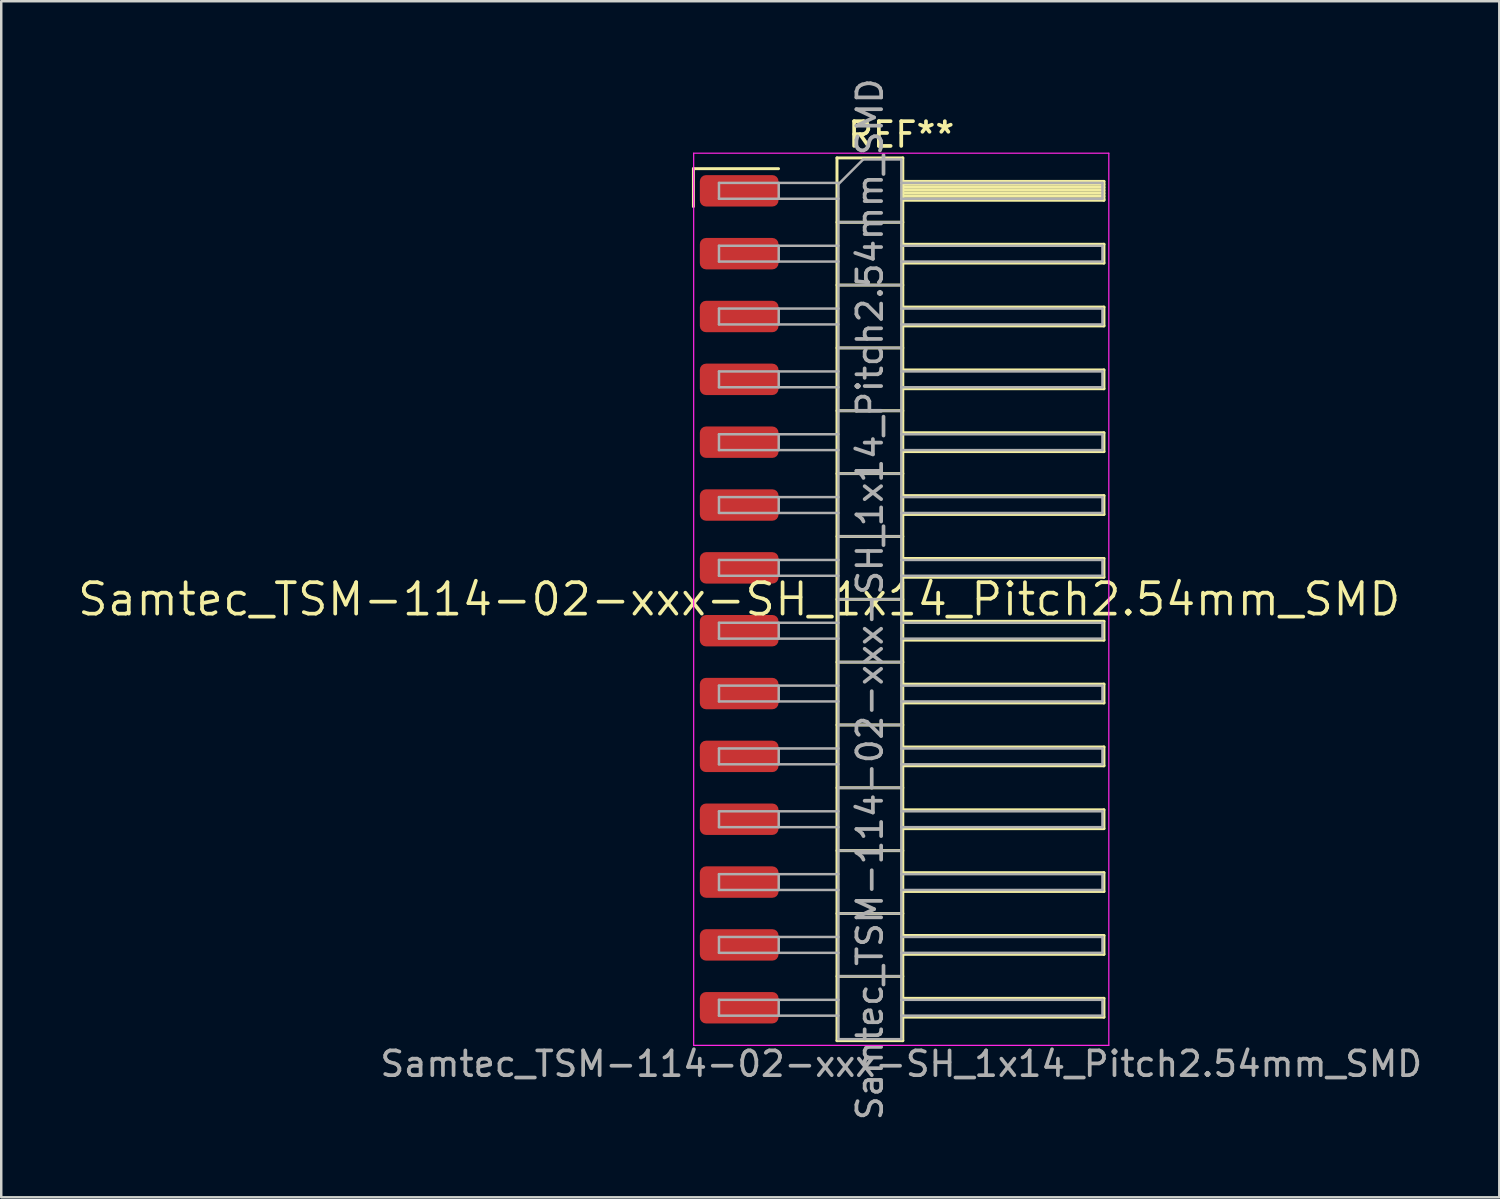
<source format=kicad_pcb>
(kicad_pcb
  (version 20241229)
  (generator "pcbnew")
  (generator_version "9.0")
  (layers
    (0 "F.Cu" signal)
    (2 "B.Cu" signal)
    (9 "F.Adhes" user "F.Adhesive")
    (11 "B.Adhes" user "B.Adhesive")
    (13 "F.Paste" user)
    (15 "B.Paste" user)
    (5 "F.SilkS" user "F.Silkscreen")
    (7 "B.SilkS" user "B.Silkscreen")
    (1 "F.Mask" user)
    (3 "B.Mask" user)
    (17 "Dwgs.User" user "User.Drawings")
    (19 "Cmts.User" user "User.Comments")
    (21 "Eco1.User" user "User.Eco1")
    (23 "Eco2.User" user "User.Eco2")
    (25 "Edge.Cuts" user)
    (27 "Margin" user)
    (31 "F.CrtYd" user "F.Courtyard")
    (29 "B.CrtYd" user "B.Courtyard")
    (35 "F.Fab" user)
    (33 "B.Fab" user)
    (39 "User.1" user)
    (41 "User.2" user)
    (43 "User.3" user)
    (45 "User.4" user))
  (footprint "Samtec_TSM-114-02-xxx-SH_1x14_Pitch2.54mm_SMD"
    (layer "F.Cu")
    (at 26.828 21.173)
    (property "Reference" "Samtec_TSM-114-02-xxx-SH_1x14_Pitch2.54mm_SMD" (at 0 0 0) (layer "F.SilkS") (effects (font (size 1.27 1.27) (thickness 0.15))))
    (attr smd)
    (fp_line (start -1.85 -17.405) (end 1.59 -17.405) (stroke (width 0.12) (type solid)) (layer "F.SilkS"))
    (fp_line (start -1.85 -15.875) (end -1.85 -17.405) (stroke (width 0.12) (type solid)) (layer "F.SilkS"))
    (fp_line (start 3.953 -17.84) (end 6.613 -17.84) (stroke (width 0.12) (type solid)) (layer "F.SilkS"))
    (fp_line (start 3.953 -15.24) (end 6.613 -15.24) (stroke (width 0.12) (type solid)) (layer "F.SilkS"))
    (fp_line (start 3.953 -12.7) (end 6.613 -12.7) (stroke (width 0.12) (type solid)) (layer "F.SilkS"))
    (fp_line (start 3.953 -10.16) (end 6.613 -10.16) (stroke (width 0.12) (type solid)) (layer "F.SilkS"))
    (fp_line (start 3.953 -7.62) (end 6.613 -7.62) (stroke (width 0.12) (type solid)) (layer "F.SilkS"))
    (fp_line (start 3.953 -5.08) (end 6.613 -5.08) (stroke (width 0.12) (type solid)) (layer "F.SilkS"))
    (fp_line (start 3.953 -2.54) (end 6.613 -2.54) (stroke (width 0.12) (type solid)) (layer "F.SilkS"))
    (fp_line (start 3.953 0) (end 6.613 0) (stroke (width 0.12) (type solid)) (layer "F.SilkS"))
    (fp_line (start 3.953 2.54) (end 6.613 2.54) (stroke (width 0.12) (type solid)) (layer "F.SilkS"))
    (fp_line (start 3.953 5.08) (end 6.613 5.08) (stroke (width 0.12) (type solid)) (layer "F.SilkS"))
    (fp_line (start 3.953 7.62) (end 6.613 7.62) (stroke (width 0.12) (type solid)) (layer "F.SilkS"))
    (fp_line (start 3.953 10.16) (end 6.613 10.16) (stroke (width 0.12) (type solid)) (layer "F.SilkS"))
    (fp_line (start 3.953 12.7) (end 6.613 12.7) (stroke (width 0.12) (type solid)) (layer "F.SilkS"))
    (fp_line (start 3.953 15.24) (end 6.613 15.24) (stroke (width 0.12) (type solid)) (layer "F.SilkS"))
    (fp_line (start 3.953 17.84) (end 3.953 -17.84) (stroke (width 0.12) (type solid)) (layer "F.SilkS"))
    (fp_line (start 6.613 -17.84) (end 6.613 17.84) (stroke (width 0.12) (type solid)) (layer "F.SilkS"))
    (fp_line (start 6.613 -16.89) (end 14.743 -16.89) (stroke (width 0.12) (type solid)) (layer "F.SilkS"))
    (fp_line (start 6.613 -16.77) (end 14.743 -16.77) (stroke (width 0.12) (type solid)) (layer "F.SilkS"))
    (fp_line (start 6.613 -16.65) (end 14.743 -16.65) (stroke (width 0.12) (type solid)) (layer "F.SilkS"))
    (fp_line (start 6.613 -16.53) (end 14.743 -16.53) (stroke (width 0.12) (type solid)) (layer "F.SilkS"))
    (fp_line (start 6.613 -16.41) (end 14.743 -16.41) (stroke (width 0.12) (type solid)) (layer "F.SilkS"))
    (fp_line (start 6.613 -16.29) (end 14.743 -16.29) (stroke (width 0.12) (type solid)) (layer "F.SilkS"))
    (fp_line (start 6.613 -16.17) (end 14.743 -16.17) (stroke (width 0.12) (type solid)) (layer "F.SilkS"))
    (fp_line (start 6.613 -16.13) (end 14.743 -16.13) (stroke (width 0.12) (type solid)) (layer "F.SilkS"))
    (fp_line (start 6.613 -14.35) (end 14.743 -14.35) (stroke (width 0.12) (type solid)) (layer "F.SilkS"))
    (fp_line (start 6.613 -13.59) (end 14.743 -13.59) (stroke (width 0.12) (type solid)) (layer "F.SilkS"))
    (fp_line (start 6.613 -11.81) (end 14.743 -11.81) (stroke (width 0.12) (type solid)) (layer "F.SilkS"))
    (fp_line (start 6.613 -11.05) (end 14.743 -11.05) (stroke (width 0.12) (type solid)) (layer "F.SilkS"))
    (fp_line (start 6.613 -9.27) (end 14.743 -9.27) (stroke (width 0.12) (type solid)) (layer "F.SilkS"))
    (fp_line (start 6.613 -8.51) (end 14.743 -8.51) (stroke (width 0.12) (type solid)) (layer "F.SilkS"))
    (fp_line (start 6.613 -6.73) (end 14.743 -6.73) (stroke (width 0.12) (type solid)) (layer "F.SilkS"))
    (fp_line (start 6.613 -5.97) (end 14.743 -5.97) (stroke (width 0.12) (type solid)) (layer "F.SilkS"))
    (fp_line (start 6.613 -4.19) (end 14.743 -4.19) (stroke (width 0.12) (type solid)) (layer "F.SilkS"))
    (fp_line (start 6.613 -3.43) (end 14.743 -3.43) (stroke (width 0.12) (type solid)) (layer "F.SilkS"))
    (fp_line (start 6.613 -1.65) (end 14.743 -1.65) (stroke (width 0.12) (type solid)) (layer "F.SilkS"))
    (fp_line (start 6.613 -0.89) (end 14.743 -0.89) (stroke (width 0.12) (type solid)) (layer "F.SilkS"))
    (fp_line (start 6.613 0.89) (end 14.743 0.89) (stroke (width 0.12) (type solid)) (layer "F.SilkS"))
    (fp_line (start 6.613 1.65) (end 14.743 1.65) (stroke (width 0.12) (type solid)) (layer "F.SilkS"))
    (fp_line (start 6.613 3.43) (end 14.743 3.43) (stroke (width 0.12) (type solid)) (layer "F.SilkS"))
    (fp_line (start 6.613 4.19) (end 14.743 4.19) (stroke (width 0.12) (type solid)) (layer "F.SilkS"))
    (fp_line (start 6.613 5.97) (end 14.743 5.97) (stroke (width 0.12) (type solid)) (layer "F.SilkS"))
    (fp_line (start 6.613 6.73) (end 14.743 6.73) (stroke (width 0.12) (type solid)) (layer "F.SilkS"))
    (fp_line (start 6.613 8.51) (end 14.743 8.51) (stroke (width 0.12) (type solid)) (layer "F.SilkS"))
    (fp_line (start 6.613 9.27) (end 14.743 9.27) (stroke (width 0.12) (type solid)) (layer "F.SilkS"))
    (fp_line (start 6.613 11.05) (end 14.743 11.05) (stroke (width 0.12) (type solid)) (layer "F.SilkS"))
    (fp_line (start 6.613 11.81) (end 14.743 11.81) (stroke (width 0.12) (type solid)) (layer "F.SilkS"))
    (fp_line (start 6.613 13.59) (end 14.743 13.59) (stroke (width 0.12) (type solid)) (layer "F.SilkS"))
    (fp_line (start 6.613 14.35) (end 14.743 14.35) (stroke (width 0.12) (type solid)) (layer "F.SilkS"))
    (fp_line (start 6.613 16.13) (end 14.743 16.13) (stroke (width 0.12) (type solid)) (layer "F.SilkS"))
    (fp_line (start 6.613 16.89) (end 14.743 16.89) (stroke (width 0.12) (type solid)) (layer "F.SilkS"))
    (fp_line (start 6.613 17.84) (end 3.953 17.84) (stroke (width 0.12) (type solid)) (layer "F.SilkS"))
    (fp_line (start 14.743 -16.89) (end 14.743 -16.13) (stroke (width 0.12) (type solid)) (layer "F.SilkS"))
    (fp_line (start 14.743 -14.35) (end 14.743 -13.59) (stroke (width 0.12) (type solid)) (layer "F.SilkS"))
    (fp_line (start 14.743 -11.81) (end 14.743 -11.05) (stroke (width 0.12) (type solid)) (layer "F.SilkS"))
    (fp_line (start 14.743 -9.27) (end 14.743 -8.51) (stroke (width 0.12) (type solid)) (layer "F.SilkS"))
    (fp_line (start 14.743 -6.73) (end 14.743 -5.97) (stroke (width 0.12) (type solid)) (layer "F.SilkS"))
    (fp_line (start 14.743 -4.19) (end 14.743 -3.43) (stroke (width 0.12) (type solid)) (layer "F.SilkS"))
    (fp_line (start 14.743 -1.65) (end 14.743 -0.89) (stroke (width 0.12) (type solid)) (layer "F.SilkS"))
    (fp_line (start 14.743 0.89) (end 14.743 1.65) (stroke (width 0.12) (type solid)) (layer "F.SilkS"))
    (fp_line (start 14.743 3.43) (end 14.743 4.19) (stroke (width 0.12) (type solid)) (layer "F.SilkS"))
    (fp_line (start 14.743 5.97) (end 14.743 6.73) (stroke (width 0.12) (type solid)) (layer "F.SilkS"))
    (fp_line (start 14.743 8.51) (end 14.743 9.27) (stroke (width 0.12) (type solid)) (layer "F.SilkS"))
    (fp_line (start 14.743 11.05) (end 14.743 11.81) (stroke (width 0.12) (type solid)) (layer "F.SilkS"))
    (fp_line (start 14.743 13.59) (end 14.743 14.35) (stroke (width 0.12) (type solid)) (layer "F.SilkS"))
    (fp_line (start 14.743 16.13) (end 14.743 16.89) (stroke (width 0.12) (type solid)) (layer "F.SilkS"))
    (fp_line (start -1.84 -18.03) (end 14.94 -18.03) (stroke (width 0.05) (type solid)) (layer "F.CrtYd"))
    (fp_line (start -1.84 18.03) (end -1.84 -18.03) (stroke (width 0.05) (type solid)) (layer "F.CrtYd"))
    (fp_line (start 14.94 -18.03) (end 14.94 18.03) (stroke (width 0.05) (type solid)) (layer "F.CrtYd"))
    (fp_line (start 14.94 18.03) (end -1.84 18.03) (stroke (width 0.05) (type solid)) (layer "F.CrtYd"))
    (fp_line (start -0.817 -16.83) (end -0.817 -16.19) (stroke (width 0.1) (type solid)) (layer "F.Fab"))
    (fp_line (start -0.817 -16.83) (end 4.013 -16.83) (stroke (width 0.1) (type solid)) (layer "F.Fab"))
    (fp_line (start -0.817 -16.19) (end 4.013 -16.19) (stroke (width 0.1) (type solid)) (layer "F.Fab"))
    (fp_line (start -0.817 -14.29) (end -0.817 -13.65) (stroke (width 0.1) (type solid)) (layer "F.Fab"))
    (fp_line (start -0.817 -14.29) (end 4.013 -14.29) (stroke (width 0.1) (type solid)) (layer "F.Fab"))
    (fp_line (start -0.817 -13.65) (end 4.013 -13.65) (stroke (width 0.1) (type solid)) (layer "F.Fab"))
    (fp_line (start -0.817 -11.75) (end -0.817 -11.11) (stroke (width 0.1) (type solid)) (layer "F.Fab"))
    (fp_line (start -0.817 -11.75) (end 4.013 -11.75) (stroke (width 0.1) (type solid)) (layer "F.Fab"))
    (fp_line (start -0.817 -11.11) (end 4.013 -11.11) (stroke (width 0.1) (type solid)) (layer "F.Fab"))
    (fp_line (start -0.817 -9.21) (end -0.817 -8.57) (stroke (width 0.1) (type solid)) (layer "F.Fab"))
    (fp_line (start -0.817 -9.21) (end 4.013 -9.21) (stroke (width 0.1) (type solid)) (layer "F.Fab"))
    (fp_line (start -0.817 -8.57) (end 4.013 -8.57) (stroke (width 0.1) (type solid)) (layer "F.Fab"))
    (fp_line (start -0.817 -6.67) (end -0.817 -6.03) (stroke (width 0.1) (type solid)) (layer "F.Fab"))
    (fp_line (start -0.817 -6.67) (end 4.013 -6.67) (stroke (width 0.1) (type solid)) (layer "F.Fab"))
    (fp_line (start -0.817 -6.03) (end 4.013 -6.03) (stroke (width 0.1) (type solid)) (layer "F.Fab"))
    (fp_line (start -0.817 -4.13) (end -0.817 -3.49) (stroke (width 0.1) (type solid)) (layer "F.Fab"))
    (fp_line (start -0.817 -4.13) (end 4.013 -4.13) (stroke (width 0.1) (type solid)) (layer "F.Fab"))
    (fp_line (start -0.817 -3.49) (end 4.013 -3.49) (stroke (width 0.1) (type solid)) (layer "F.Fab"))
    (fp_line (start -0.817 -1.59) (end -0.817 -0.95) (stroke (width 0.1) (type solid)) (layer "F.Fab"))
    (fp_line (start -0.817 -1.59) (end 4.013 -1.59) (stroke (width 0.1) (type solid)) (layer "F.Fab"))
    (fp_line (start -0.817 -0.95) (end 4.013 -0.95) (stroke (width 0.1) (type solid)) (layer "F.Fab"))
    (fp_line (start -0.817 0.95) (end -0.817 1.59) (stroke (width 0.1) (type solid)) (layer "F.Fab"))
    (fp_line (start -0.817 0.95) (end 4.013 0.95) (stroke (width 0.1) (type solid)) (layer "F.Fab"))
    (fp_line (start -0.817 1.59) (end 4.013 1.59) (stroke (width 0.1) (type solid)) (layer "F.Fab"))
    (fp_line (start -0.817 3.49) (end -0.817 4.13) (stroke (width 0.1) (type solid)) (layer "F.Fab"))
    (fp_line (start -0.817 3.49) (end 4.013 3.49) (stroke (width 0.1) (type solid)) (layer "F.Fab"))
    (fp_line (start -0.817 4.13) (end 4.013 4.13) (stroke (width 0.1) (type solid)) (layer "F.Fab"))
    (fp_line (start -0.817 6.03) (end -0.817 6.67) (stroke (width 0.1) (type solid)) (layer "F.Fab"))
    (fp_line (start -0.817 6.03) (end 4.013 6.03) (stroke (width 0.1) (type solid)) (layer "F.Fab"))
    (fp_line (start -0.817 6.67) (end 4.013 6.67) (stroke (width 0.1) (type solid)) (layer "F.Fab"))
    (fp_line (start -0.817 8.57) (end -0.817 9.21) (stroke (width 0.1) (type solid)) (layer "F.Fab"))
    (fp_line (start -0.817 8.57) (end 4.013 8.57) (stroke (width 0.1) (type solid)) (layer "F.Fab"))
    (fp_line (start -0.817 9.21) (end 4.013 9.21) (stroke (width 0.1) (type solid)) (layer "F.Fab"))
    (fp_line (start -0.817 11.11) (end -0.817 11.75) (stroke (width 0.1) (type solid)) (layer "F.Fab"))
    (fp_line (start -0.817 11.11) (end 4.013 11.11) (stroke (width 0.1) (type solid)) (layer "F.Fab"))
    (fp_line (start -0.817 11.75) (end 4.013 11.75) (stroke (width 0.1) (type solid)) (layer "F.Fab"))
    (fp_line (start -0.817 13.65) (end -0.817 14.29) (stroke (width 0.1) (type solid)) (layer "F.Fab"))
    (fp_line (start -0.817 13.65) (end 4.013 13.65) (stroke (width 0.1) (type solid)) (layer "F.Fab"))
    (fp_line (start -0.817 14.29) (end 4.013 14.29) (stroke (width 0.1) (type solid)) (layer "F.Fab"))
    (fp_line (start -0.817 16.19) (end -0.817 16.83) (stroke (width 0.1) (type solid)) (layer "F.Fab"))
    (fp_line (start -0.817 16.19) (end 4.013 16.19) (stroke (width 0.1) (type solid)) (layer "F.Fab"))
    (fp_line (start -0.817 16.83) (end 4.013 16.83) (stroke (width 0.1) (type solid)) (layer "F.Fab"))
    (fp_line (start 1.598 -16.83) (end 1.598 -16.19) (stroke (width 0.1) (type solid)) (layer "F.Fab"))
    (fp_line (start 1.598 -14.29) (end 1.598 -13.65) (stroke (width 0.1) (type solid)) (layer "F.Fab"))
    (fp_line (start 1.598 -11.75) (end 1.598 -11.11) (stroke (width 0.1) (type solid)) (layer "F.Fab"))
    (fp_line (start 1.598 -9.21) (end 1.598 -8.57) (stroke (width 0.1) (type solid)) (layer "F.Fab"))
    (fp_line (start 1.598 -6.67) (end 1.598 -6.03) (stroke (width 0.1) (type solid)) (layer "F.Fab"))
    (fp_line (start 1.598 -4.13) (end 1.598 -3.49) (stroke (width 0.1) (type solid)) (layer "F.Fab"))
    (fp_line (start 1.598 -1.59) (end 1.598 -0.95) (stroke (width 0.1) (type solid)) (layer "F.Fab"))
    (fp_line (start 1.598 0.95) (end 1.598 1.59) (stroke (width 0.1) (type solid)) (layer "F.Fab"))
    (fp_line (start 1.598 3.49) (end 1.598 4.13) (stroke (width 0.1) (type solid)) (layer "F.Fab"))
    (fp_line (start 1.598 6.03) (end 1.598 6.67) (stroke (width 0.1) (type solid)) (layer "F.Fab"))
    (fp_line (start 1.598 8.57) (end 1.598 9.21) (stroke (width 0.1) (type solid)) (layer "F.Fab"))
    (fp_line (start 1.598 11.11) (end 1.598 11.75) (stroke (width 0.1) (type solid)) (layer "F.Fab"))
    (fp_line (start 1.598 13.65) (end 1.598 14.29) (stroke (width 0.1) (type solid)) (layer "F.Fab"))
    (fp_line (start 1.598 16.19) (end 1.598 16.83) (stroke (width 0.1) (type solid)) (layer "F.Fab"))
    (fp_line (start 4.013 -16.78) (end 5.013 -17.78) (stroke (width 0.1) (type solid)) (layer "F.Fab"))
    (fp_line (start 4.013 -15.24) (end 6.553 -15.24) (stroke (width 0.1) (type solid)) (layer "F.Fab"))
    (fp_line (start 4.013 -12.7) (end 6.553 -12.7) (stroke (width 0.1) (type solid)) (layer "F.Fab"))
    (fp_line (start 4.013 -10.16) (end 6.553 -10.16) (stroke (width 0.1) (type solid)) (layer "F.Fab"))
    (fp_line (start 4.013 -7.62) (end 6.553 -7.62) (stroke (width 0.1) (type solid)) (layer "F.Fab"))
    (fp_line (start 4.013 -5.08) (end 6.553 -5.08) (stroke (width 0.1) (type solid)) (layer "F.Fab"))
    (fp_line (start 4.013 -2.54) (end 6.553 -2.54) (stroke (width 0.1) (type solid)) (layer "F.Fab"))
    (fp_line (start 4.013 0) (end 6.553 0) (stroke (width 0.1) (type solid)) (layer "F.Fab"))
    (fp_line (start 4.013 2.54) (end 6.553 2.54) (stroke (width 0.1) (type solid)) (layer "F.Fab"))
    (fp_line (start 4.013 5.08) (end 6.553 5.08) (stroke (width 0.1) (type solid)) (layer "F.Fab"))
    (fp_line (start 4.013 7.62) (end 6.553 7.62) (stroke (width 0.1) (type solid)) (layer "F.Fab"))
    (fp_line (start 4.013 10.16) (end 6.553 10.16) (stroke (width 0.1) (type solid)) (layer "F.Fab"))
    (fp_line (start 4.013 12.7) (end 6.553 12.7) (stroke (width 0.1) (type solid)) (layer "F.Fab"))
    (fp_line (start 4.013 15.24) (end 6.553 15.24) (stroke (width 0.1) (type solid)) (layer "F.Fab"))
    (fp_line (start 4.013 17.78) (end 4.013 -16.78) (stroke (width 0.1) (type solid)) (layer "F.Fab"))
    (fp_line (start 5.013 -17.78) (end 6.553 -17.78) (stroke (width 0.1) (type solid)) (layer "F.Fab"))
    (fp_line (start 6.553 -17.78) (end 6.553 17.78) (stroke (width 0.1) (type solid)) (layer "F.Fab"))
    (fp_line (start 6.553 -16.83) (end 14.683 -16.83) (stroke (width 0.1) (type solid)) (layer "F.Fab"))
    (fp_line (start 6.553 -16.19) (end 14.683 -16.19) (stroke (width 0.1) (type solid)) (layer "F.Fab"))
    (fp_line (start 6.553 -14.29) (end 14.683 -14.29) (stroke (width 0.1) (type solid)) (layer "F.Fab"))
    (fp_line (start 6.553 -13.65) (end 14.683 -13.65) (stroke (width 0.1) (type solid)) (layer "F.Fab"))
    (fp_line (start 6.553 -11.75) (end 14.683 -11.75) (stroke (width 0.1) (type solid)) (layer "F.Fab"))
    (fp_line (start 6.553 -11.11) (end 14.683 -11.11) (stroke (width 0.1) (type solid)) (layer "F.Fab"))
    (fp_line (start 6.553 -9.21) (end 14.683 -9.21) (stroke (width 0.1) (type solid)) (layer "F.Fab"))
    (fp_line (start 6.553 -8.57) (end 14.683 -8.57) (stroke (width 0.1) (type solid)) (layer "F.Fab"))
    (fp_line (start 6.553 -6.67) (end 14.683 -6.67) (stroke (width 0.1) (type solid)) (layer "F.Fab"))
    (fp_line (start 6.553 -6.03) (end 14.683 -6.03) (stroke (width 0.1) (type solid)) (layer "F.Fab"))
    (fp_line (start 6.553 -4.13) (end 14.683 -4.13) (stroke (width 0.1) (type solid)) (layer "F.Fab"))
    (fp_line (start 6.553 -3.49) (end 14.683 -3.49) (stroke (width 0.1) (type solid)) (layer "F.Fab"))
    (fp_line (start 6.553 -1.59) (end 14.683 -1.59) (stroke (width 0.1) (type solid)) (layer "F.Fab"))
    (fp_line (start 6.553 -0.95) (end 14.683 -0.95) (stroke (width 0.1) (type solid)) (layer "F.Fab"))
    (fp_line (start 6.553 0.95) (end 14.683 0.95) (stroke (width 0.1) (type solid)) (layer "F.Fab"))
    (fp_line (start 6.553 1.59) (end 14.683 1.59) (stroke (width 0.1) (type solid)) (layer "F.Fab"))
    (fp_line (start 6.553 3.49) (end 14.683 3.49) (stroke (width 0.1) (type solid)) (layer "F.Fab"))
    (fp_line (start 6.553 4.13) (end 14.683 4.13) (stroke (width 0.1) (type solid)) (layer "F.Fab"))
    (fp_line (start 6.553 6.03) (end 14.683 6.03) (stroke (width 0.1) (type solid)) (layer "F.Fab"))
    (fp_line (start 6.553 6.67) (end 14.683 6.67) (stroke (width 0.1) (type solid)) (layer "F.Fab"))
    (fp_line (start 6.553 8.57) (end 14.683 8.57) (stroke (width 0.1) (type solid)) (layer "F.Fab"))
    (fp_line (start 6.553 9.21) (end 14.683 9.21) (stroke (width 0.1) (type solid)) (layer "F.Fab"))
    (fp_line (start 6.553 11.11) (end 14.683 11.11) (stroke (width 0.1) (type solid)) (layer "F.Fab"))
    (fp_line (start 6.553 11.75) (end 14.683 11.75) (stroke (width 0.1) (type solid)) (layer "F.Fab"))
    (fp_line (start 6.553 13.65) (end 14.683 13.65) (stroke (width 0.1) (type solid)) (layer "F.Fab"))
    (fp_line (start 6.553 14.29) (end 14.683 14.29) (stroke (width 0.1) (type solid)) (layer "F.Fab"))
    (fp_line (start 6.553 16.19) (end 14.683 16.19) (stroke (width 0.1) (type solid)) (layer "F.Fab"))
    (fp_line (start 6.553 16.83) (end 14.683 16.83) (stroke (width 0.1) (type solid)) (layer "F.Fab"))
    (fp_line (start 6.553 17.78) (end 4.013 17.78) (stroke (width 0.1) (type solid)) (layer "F.Fab"))
    (fp_line (start 14.683 -16.83) (end 14.683 -16.19) (stroke (width 0.1) (type solid)) (layer "F.Fab"))
    (fp_line (start 14.683 -14.29) (end 14.683 -13.65) (stroke (width 0.1) (type solid)) (layer "F.Fab"))
    (fp_line (start 14.683 -11.75) (end 14.683 -11.11) (stroke (width 0.1) (type solid)) (layer "F.Fab"))
    (fp_line (start 14.683 -9.21) (end 14.683 -8.57) (stroke (width 0.1) (type solid)) (layer "F.Fab"))
    (fp_line (start 14.683 -6.67) (end 14.683 -6.03) (stroke (width 0.1) (type solid)) (layer "F.Fab"))
    (fp_line (start 14.683 -4.13) (end 14.683 -3.49) (stroke (width 0.1) (type solid)) (layer "F.Fab"))
    (fp_line (start 14.683 -1.59) (end 14.683 -0.95) (stroke (width 0.1) (type solid)) (layer "F.Fab"))
    (fp_line (start 14.683 0.95) (end 14.683 1.59) (stroke (width 0.1) (type solid)) (layer "F.Fab"))
    (fp_line (start 14.683 3.49) (end 14.683 4.13) (stroke (width 0.1) (type solid)) (layer "F.Fab"))
    (fp_line (start 14.683 6.03) (end 14.683 6.67) (stroke (width 0.1) (type solid)) (layer "F.Fab"))
    (fp_line (start 14.683 8.57) (end 14.683 9.21) (stroke (width 0.1) (type solid)) (layer "F.Fab"))
    (fp_line (start 14.683 11.11) (end 14.683 11.75) (stroke (width 0.1) (type solid)) (layer "F.Fab"))
    (fp_line (start 14.683 13.65) (end 14.683 14.29) (stroke (width 0.1) (type solid)) (layer "F.Fab"))
    (fp_line (start 14.683 16.19) (end 14.683 16.83) (stroke (width 0.1) (type solid)) (layer "F.Fab"))
    (fp_text user "REF**" (at 6.55 -18.78 0) (layer "F.SilkS") (effects (font (size 1 1) (thickness 0.15))))
    (fp_text user "${REFERENCE}" (at 5.283 0 90) (layer "F.Fab") (effects (font (size 1 1) (thickness 0.15))))
    (fp_text user "Samtec_TSM-114-02-xxx-SH_1x14_Pitch2.54mm_SMD" (at 6.55 18.78 0) (layer "F.Fab") (effects (font (size 1 1) (thickness 0.15))))
    (pad "1" smd roundrect (at 0 -16.51) (size 3.18 1.27) (layers "F.Cu" "F.Mask" "F.Paste") (roundrect_rratio 0.197))
    (pad "2" smd roundrect (at 0 -13.97) (size 3.18 1.27) (layers "F.Cu" "F.Mask" "F.Paste") (roundrect_rratio 0.197))
    (pad "3" smd roundrect (at 0 -11.43) (size 3.18 1.27) (layers "F.Cu" "F.Mask" "F.Paste") (roundrect_rratio 0.197))
    (pad "4" smd roundrect (at 0 -8.89) (size 3.18 1.27) (layers "F.Cu" "F.Mask" "F.Paste") (roundrect_rratio 0.197))
    (pad "5" smd roundrect (at 0 -6.35) (size 3.18 1.27) (layers "F.Cu" "F.Mask" "F.Paste") (roundrect_rratio 0.197))
    (pad "6" smd roundrect (at 0 -3.81) (size 3.18 1.27) (layers "F.Cu" "F.Mask" "F.Paste") (roundrect_rratio 0.197))
    (pad "7" smd roundrect (at 0 -1.27) (size 3.18 1.27) (layers "F.Cu" "F.Mask" "F.Paste") (roundrect_rratio 0.197))
    (pad "8" smd roundrect (at 0 1.27) (size 3.18 1.27) (layers "F.Cu" "F.Mask" "F.Paste") (roundrect_rratio 0.197))
    (pad "9" smd roundrect (at 0 3.81) (size 3.18 1.27) (layers "F.Cu" "F.Mask" "F.Paste") (roundrect_rratio 0.197))
    (pad "10" smd roundrect (at 0 6.35) (size 3.18 1.27) (layers "F.Cu" "F.Mask" "F.Paste") (roundrect_rratio 0.197))
    (pad "11" smd roundrect (at 0 8.89) (size 3.18 1.27) (layers "F.Cu" "F.Mask" "F.Paste") (roundrect_rratio 0.197))
    (pad "12" smd roundrect (at 0 11.43) (size 3.18 1.27) (layers "F.Cu" "F.Mask" "F.Paste") (roundrect_rratio 0.197))
    (pad "13" smd roundrect (at 0 13.97) (size 3.18 1.27) (layers "F.Cu" "F.Mask" "F.Paste") (roundrect_rratio 0.197))
    (pad "14" smd roundrect (at 0 16.51) (size 3.18 1.27) (layers "F.Cu" "F.Mask" "F.Paste") (roundrect_rratio 0.197)))
  (gr_rect
    (start -3 -3)
    (end 57.551 45.345)
    (stroke (width 0.1) (type default))
    (fill no)
    (layer "Edge.Cuts")))
</source>
